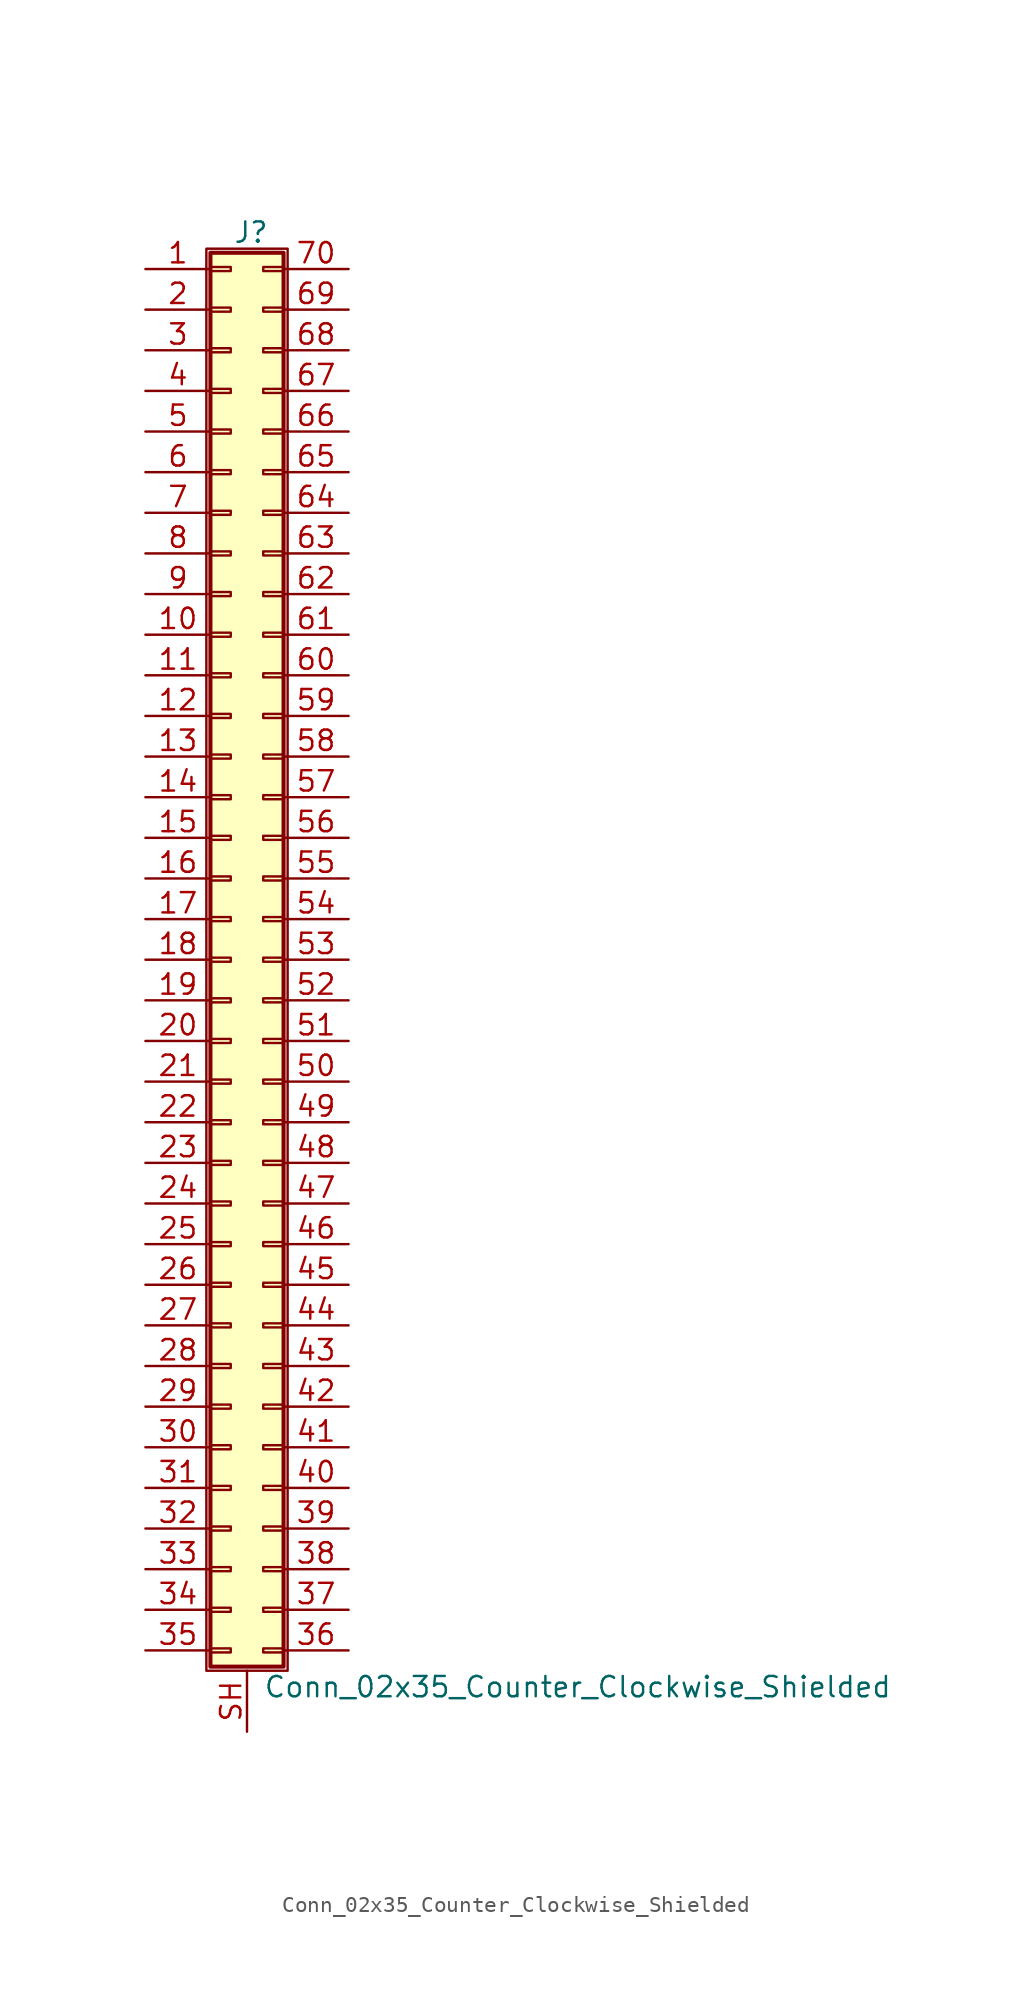
<source format=kicad_sym>
(kicad_symbol_lib
  (version 20201005)
  (generator kicad_symbol_editor)
  (symbol "Conn_02x35_Counter_Clockwise_Shielded"
    (pin_names
      (offset 1.016) hide)
    (property "Reference" "J"
      (at 1.524 45.466 0)
      (effects (font (size 1.27 1.27))))
    (property "Value" "Conn_02x35_Counter_Clockwise_Shielded"
      (at 2.286 -45.466 0)
      (effects (font (size 1.27 1.27)) (justify left)))
    (symbol "Conn_02x35_Counter_Clockwise_Shielded_1_1"
      (rectangle (start -1.27 44.45) (end 3.81 -44.45) (stroke (width 0.152)) (fill (type none)))
      (rectangle (start -1.016 -43.053) (end 0.254 -43.307) (stroke (width 0.152)) (fill (type none)))
      (rectangle (start -1.016 -40.513) (end 0.254 -40.767) (stroke (width 0.152)) (fill (type none)))
      (rectangle (start -1.016 -37.973) (end 0.254 -38.227) (stroke (width 0.152)) (fill (type none)))
      (rectangle (start -1.016 -35.433) (end 0.254 -35.687) (stroke (width 0.152)) (fill (type none)))
      (rectangle (start -1.016 -32.893) (end 0.254 -33.147) (stroke (width 0.152)) (fill (type none)))
      (rectangle (start -1.016 -30.353) (end 0.254 -30.607) (stroke (width 0.152)) (fill (type none)))
      (rectangle (start -1.016 -27.813) (end 0.254 -28.067) (stroke (width 0.152)) (fill (type none)))
      (rectangle (start -1.016 -25.273) (end 0.254 -25.527) (stroke (width 0.152)) (fill (type none)))
      (rectangle (start -1.016 -22.733) (end 0.254 -22.987) (stroke (width 0.152)) (fill (type none)))
      (rectangle (start -1.016 -20.193) (end 0.254 -20.447) (stroke (width 0.152)) (fill (type none)))
      (rectangle (start -1.016 -17.653) (end 0.254 -17.907) (stroke (width 0.152)) (fill (type none)))
      (rectangle (start -1.016 -15.113) (end 0.254 -15.367) (stroke (width 0.152)) (fill (type none)))
      (rectangle (start -1.016 -12.573) (end 0.254 -12.827) (stroke (width 0.152)) (fill (type none)))
      (rectangle (start -1.016 -10.033) (end 0.254 -10.287) (stroke (width 0.152)) (fill (type none)))
      (rectangle (start -1.016 -7.493) (end 0.254 -7.747) (stroke (width 0.152)) (fill (type none)))
      (rectangle (start -1.016 -4.953) (end 0.254 -5.207) (stroke (width 0.152)) (fill (type none)))
      (rectangle (start -1.016 -2.413) (end 0.254 -2.667) (stroke (width 0.152)) (fill (type none)))
      (rectangle (start -1.016 0.127) (end 0.254 -0.127) (stroke (width 0.152)) (fill (type none)))
      (rectangle (start -1.016 2.667) (end 0.254 2.413) (stroke (width 0.152)) (fill (type none)))
      (rectangle (start -1.016 5.207) (end 0.254 4.953) (stroke (width 0.152)) (fill (type none)))
      (rectangle (start -1.016 7.747) (end 0.254 7.493) (stroke (width 0.152)) (fill (type none)))
      (rectangle (start -1.016 10.287) (end 0.254 10.033) (stroke (width 0.152)) (fill (type none)))
      (rectangle (start -1.016 12.827) (end 0.254 12.573) (stroke (width 0.152)) (fill (type none)))
      (rectangle (start -1.016 15.367) (end 0.254 15.113) (stroke (width 0.152)) (fill (type none)))
      (rectangle (start -1.016 17.907) (end 0.254 17.653) (stroke (width 0.152)) (fill (type none)))
      (rectangle (start -1.016 20.447) (end 0.254 20.193) (stroke (width 0.152)) (fill (type none)))
      (rectangle (start -1.016 22.987) (end 0.254 22.733) (stroke (width 0.152)) (fill (type none)))
      (rectangle (start -1.016 25.527) (end 0.254 25.273) (stroke (width 0.152)) (fill (type none)))
      (rectangle (start -1.016 28.067) (end 0.254 27.813) (stroke (width 0.152)) (fill (type none)))
      (rectangle (start -1.016 30.607) (end 0.254 30.353) (stroke (width 0.152)) (fill (type none)))
      (rectangle (start -1.016 33.147) (end 0.254 32.893) (stroke (width 0.152)) (fill (type none)))
      (rectangle (start -1.016 35.687) (end 0.254 35.433) (stroke (width 0.152)) (fill (type none)))
      (rectangle (start -1.016 38.227) (end 0.254 37.973) (stroke (width 0.152)) (fill (type none)))
      (rectangle (start -1.016 40.767) (end 0.254 40.513) (stroke (width 0.152)) (fill (type none)))
      (rectangle (start -1.016 43.307) (end 0.254 43.053) (stroke (width 0.152)) (fill (type none)))
      (rectangle (start 3.556 -43.053) (end 2.286 -43.307) (stroke (width 0.152)) (fill (type none)))
      (rectangle (start 3.556 -40.513) (end 2.286 -40.767) (stroke (width 0.152)) (fill (type none)))
      (rectangle (start 3.556 -37.973) (end 2.286 -38.227) (stroke (width 0.152)) (fill (type none)))
      (rectangle (start 3.556 -35.433) (end 2.286 -35.687) (stroke (width 0.152)) (fill (type none)))
      (rectangle (start 3.556 -32.893) (end 2.286 -33.147) (stroke (width 0.152)) (fill (type none)))
      (rectangle (start 3.556 -30.353) (end 2.286 -30.607) (stroke (width 0.152)) (fill (type none)))
      (rectangle (start 3.556 -27.813) (end 2.286 -28.067) (stroke (width 0.152)) (fill (type none)))
      (rectangle (start 3.556 -25.273) (end 2.286 -25.527) (stroke (width 0.152)) (fill (type none)))
      (rectangle (start 3.556 -22.733) (end 2.286 -22.987) (stroke (width 0.152)) (fill (type none)))
      (rectangle (start 3.556 -20.193) (end 2.286 -20.447) (stroke (width 0.152)) (fill (type none)))
      (rectangle (start 3.556 -17.653) (end 2.286 -17.907) (stroke (width 0.152)) (fill (type none)))
      (rectangle (start 3.556 -15.113) (end 2.286 -15.367) (stroke (width 0.152)) (fill (type none)))
      (rectangle (start 3.556 -12.573) (end 2.286 -12.827) (stroke (width 0.152)) (fill (type none)))
      (rectangle (start 3.556 -10.033) (end 2.286 -10.287) (stroke (width 0.152)) (fill (type none)))
      (rectangle (start 3.556 -7.493) (end 2.286 -7.747) (stroke (width 0.152)) (fill (type none)))
      (rectangle (start 3.556 -4.953) (end 2.286 -5.207) (stroke (width 0.152)) (fill (type none)))
      (rectangle (start 3.556 -2.413) (end 2.286 -2.667) (stroke (width 0.152)) (fill (type none)))
      (rectangle (start 3.556 0.127) (end 2.286 -0.127) (stroke (width 0.152)) (fill (type none)))
      (rectangle (start 3.556 2.667) (end 2.286 2.413) (stroke (width 0.152)) (fill (type none)))
      (rectangle (start 3.556 5.207) (end 2.286 4.953) (stroke (width 0.152)) (fill (type none)))
      (rectangle (start 3.556 7.747) (end 2.286 7.493) (stroke (width 0.152)) (fill (type none)))
      (rectangle (start 3.556 10.287) (end 2.286 10.033) (stroke (width 0.152)) (fill (type none)))
      (rectangle (start 3.556 12.827) (end 2.286 12.573) (stroke (width 0.152)) (fill (type none)))
      (rectangle (start 3.556 15.367) (end 2.286 15.113) (stroke (width 0.152)) (fill (type none)))
      (rectangle (start 3.556 17.907) (end 2.286 17.653) (stroke (width 0.152)) (fill (type none)))
      (rectangle (start 3.556 20.447) (end 2.286 20.193) (stroke (width 0.152)) (fill (type none)))
      (rectangle (start 3.556 22.987) (end 2.286 22.733) (stroke (width 0.152)) (fill (type none)))
      (rectangle (start 3.556 25.527) (end 2.286 25.273) (stroke (width 0.152)) (fill (type none)))
      (rectangle (start 3.556 28.067) (end 2.286 27.813) (stroke (width 0.152)) (fill (type none)))
      (rectangle (start 3.556 30.607) (end 2.286 30.353) (stroke (width 0.152)) (fill (type none)))
      (rectangle (start 3.556 33.147) (end 2.286 32.893) (stroke (width 0.152)) (fill (type none)))
      (rectangle (start 3.556 35.687) (end 2.286 35.433) (stroke (width 0.152)) (fill (type none)))
      (rectangle (start 3.556 38.227) (end 2.286 37.973) (stroke (width 0.152)) (fill (type none)))
      (rectangle (start 3.556 40.767) (end 2.286 40.513) (stroke (width 0.152)) (fill (type none)))
      (rectangle (start 3.556 43.307) (end 2.286 43.053) (stroke (width 0.152)) (fill (type none)))
      (rectangle (start -1.016 44.196) (end 3.556 -44.196) (stroke (width 0.254)) (fill (type background)))
      (pin passive line (at -5.08 43.18 0) (length 4.064) (name "Pin_1" (effects (font (size 1.27 1.27)))) (number "1" (effects (font (size 1.27 1.27)))))
      (pin passive line (at -5.08 20.32 0) (length 4.064) (name "Pin_10" (effects (font (size 1.27 1.27)))) (number "10" (effects (font (size 1.27 1.27)))))
      (pin passive line (at -5.08 17.78 0) (length 4.064) (name "Pin_11" (effects (font (size 1.27 1.27)))) (number "11" (effects (font (size 1.27 1.27)))))
      (pin passive line (at -5.08 15.24 0) (length 4.064) (name "Pin_12" (effects (font (size 1.27 1.27)))) (number "12" (effects (font (size 1.27 1.27)))))
      (pin passive line (at -5.08 12.7 0) (length 4.064) (name "Pin_13" (effects (font (size 1.27 1.27)))) (number "13" (effects (font (size 1.27 1.27)))))
      (pin passive line (at -5.08 10.16 0) (length 4.064) (name "Pin_14" (effects (font (size 1.27 1.27)))) (number "14" (effects (font (size 1.27 1.27)))))
      (pin passive line (at -5.08 7.62 0) (length 4.064) (name "Pin_15" (effects (font (size 1.27 1.27)))) (number "15" (effects (font (size 1.27 1.27)))))
      (pin passive line (at -5.08 5.08 0) (length 4.064) (name "Pin_16" (effects (font (size 1.27 1.27)))) (number "16" (effects (font (size 1.27 1.27)))))
      (pin passive line (at -5.08 2.54 0) (length 4.064) (name "Pin_17" (effects (font (size 1.27 1.27)))) (number "17" (effects (font (size 1.27 1.27)))))
      (pin passive line (at -5.08 0 0) (length 4.064) (name "Pin_18" (effects (font (size 1.27 1.27)))) (number "18" (effects (font (size 1.27 1.27)))))
      (pin passive line (at -5.08 -2.54 0) (length 4.064) (name "Pin_19" (effects (font (size 1.27 1.27)))) (number "19" (effects (font (size 1.27 1.27)))))
      (pin passive line (at -5.08 40.64 0) (length 4.064) (name "Pin_2" (effects (font (size 1.27 1.27)))) (number "2" (effects (font (size 1.27 1.27)))))
      (pin passive line (at -5.08 -5.08 0) (length 4.064) (name "Pin_20" (effects (font (size 1.27 1.27)))) (number "20" (effects (font (size 1.27 1.27)))))
      (pin passive line (at -5.08 -7.62 0) (length 4.064) (name "Pin_21" (effects (font (size 1.27 1.27)))) (number "21" (effects (font (size 1.27 1.27)))))
      (pin passive line (at -5.08 -10.16 0) (length 4.064) (name "Pin_22" (effects (font (size 1.27 1.27)))) (number "22" (effects (font (size 1.27 1.27)))))
      (pin passive line (at -5.08 -12.7 0) (length 4.064) (name "Pin_23" (effects (font (size 1.27 1.27)))) (number "23" (effects (font (size 1.27 1.27)))))
      (pin passive line (at -5.08 -15.24 0) (length 4.064) (name "Pin_24" (effects (font (size 1.27 1.27)))) (number "24" (effects (font (size 1.27 1.27)))))
      (pin passive line (at -5.08 -17.78 0) (length 4.064) (name "Pin_25" (effects (font (size 1.27 1.27)))) (number "25" (effects (font (size 1.27 1.27)))))
      (pin passive line (at -5.08 -20.32 0) (length 4.064) (name "Pin_26" (effects (font (size 1.27 1.27)))) (number "26" (effects (font (size 1.27 1.27)))))
      (pin passive line (at -5.08 -22.86 0) (length 4.064) (name "Pin_27" (effects (font (size 1.27 1.27)))) (number "27" (effects (font (size 1.27 1.27)))))
      (pin passive line (at -5.08 -25.4 0) (length 4.064) (name "Pin_28" (effects (font (size 1.27 1.27)))) (number "28" (effects (font (size 1.27 1.27)))))
      (pin passive line (at -5.08 -27.94 0) (length 4.064) (name "Pin_29" (effects (font (size 1.27 1.27)))) (number "29" (effects (font (size 1.27 1.27)))))
      (pin passive line (at -5.08 38.1 0) (length 4.064) (name "Pin_3" (effects (font (size 1.27 1.27)))) (number "3" (effects (font (size 1.27 1.27)))))
      (pin passive line (at -5.08 -30.48 0) (length 4.064) (name "Pin_30" (effects (font (size 1.27 1.27)))) (number "30" (effects (font (size 1.27 1.27)))))
      (pin passive line (at -5.08 -33.02 0) (length 4.064) (name "Pin_31" (effects (font (size 1.27 1.27)))) (number "31" (effects (font (size 1.27 1.27)))))
      (pin passive line (at -5.08 -35.56 0) (length 4.064) (name "Pin_32" (effects (font (size 1.27 1.27)))) (number "32" (effects (font (size 1.27 1.27)))))
      (pin passive line (at -5.08 -38.1 0) (length 4.064) (name "Pin_33" (effects (font (size 1.27 1.27)))) (number "33" (effects (font (size 1.27 1.27)))))
      (pin passive line (at -5.08 -40.64 0) (length 4.064) (name "Pin_34" (effects (font (size 1.27 1.27)))) (number "34" (effects (font (size 1.27 1.27)))))
      (pin passive line (at -5.08 -43.18 0) (length 4.064) (name "Pin_35" (effects (font (size 1.27 1.27)))) (number "35" (effects (font (size 1.27 1.27)))))
      (pin passive line (at 7.62 -43.18 180) (length 4.064) (name "Pin_36" (effects (font (size 1.27 1.27)))) (number "36" (effects (font (size 1.27 1.27)))))
      (pin passive line (at 7.62 -40.64 180) (length 4.064) (name "Pin_37" (effects (font (size 1.27 1.27)))) (number "37" (effects (font (size 1.27 1.27)))))
      (pin passive line (at 7.62 -38.1 180) (length 4.064) (name "Pin_38" (effects (font (size 1.27 1.27)))) (number "38" (effects (font (size 1.27 1.27)))))
      (pin passive line (at 7.62 -35.56 180) (length 4.064) (name "Pin_39" (effects (font (size 1.27 1.27)))) (number "39" (effects (font (size 1.27 1.27)))))
      (pin passive line (at -5.08 35.56 0) (length 4.064) (name "Pin_4" (effects (font (size 1.27 1.27)))) (number "4" (effects (font (size 1.27 1.27)))))
      (pin passive line (at 7.62 -33.02 180) (length 4.064) (name "Pin_40" (effects (font (size 1.27 1.27)))) (number "40" (effects (font (size 1.27 1.27)))))
      (pin passive line (at 7.62 -30.48 180) (length 4.064) (name "Pin_41" (effects (font (size 1.27 1.27)))) (number "41" (effects (font (size 1.27 1.27)))))
      (pin passive line (at 7.62 -27.94 180) (length 4.064) (name "Pin_42" (effects (font (size 1.27 1.27)))) (number "42" (effects (font (size 1.27 1.27)))))
      (pin passive line (at 7.62 -25.4 180) (length 4.064) (name "Pin_43" (effects (font (size 1.27 1.27)))) (number "43" (effects (font (size 1.27 1.27)))))
      (pin passive line (at 7.62 -22.86 180) (length 4.064) (name "Pin_44" (effects (font (size 1.27 1.27)))) (number "44" (effects (font (size 1.27 1.27)))))
      (pin passive line (at 7.62 -20.32 180) (length 4.064) (name "Pin_45" (effects (font (size 1.27 1.27)))) (number "45" (effects (font (size 1.27 1.27)))))
      (pin passive line (at 7.62 -17.78 180) (length 4.064) (name "Pin_46" (effects (font (size 1.27 1.27)))) (number "46" (effects (font (size 1.27 1.27)))))
      (pin passive line (at 7.62 -15.24 180) (length 4.064) (name "Pin_47" (effects (font (size 1.27 1.27)))) (number "47" (effects (font (size 1.27 1.27)))))
      (pin passive line (at 7.62 -12.7 180) (length 4.064) (name "Pin_48" (effects (font (size 1.27 1.27)))) (number "48" (effects (font (size 1.27 1.27)))))
      (pin passive line (at 7.62 -10.16 180) (length 4.064) (name "Pin_49" (effects (font (size 1.27 1.27)))) (number "49" (effects (font (size 1.27 1.27)))))
      (pin passive line (at -5.08 33.02 0) (length 4.064) (name "Pin_5" (effects (font (size 1.27 1.27)))) (number "5" (effects (font (size 1.27 1.27)))))
      (pin passive line (at 7.62 -7.62 180) (length 4.064) (name "Pin_50" (effects (font (size 1.27 1.27)))) (number "50" (effects (font (size 1.27 1.27)))))
      (pin passive line (at 7.62 -5.08 180) (length 4.064) (name "Pin_51" (effects (font (size 1.27 1.27)))) (number "51" (effects (font (size 1.27 1.27)))))
      (pin passive line (at 7.62 -2.54 180) (length 4.064) (name "Pin_52" (effects (font (size 1.27 1.27)))) (number "52" (effects (font (size 1.27 1.27)))))
      (pin passive line (at 7.62 0 180) (length 4.064) (name "Pin_53" (effects (font (size 1.27 1.27)))) (number "53" (effects (font (size 1.27 1.27)))))
      (pin passive line (at 7.62 2.54 180) (length 4.064) (name "Pin_54" (effects (font (size 1.27 1.27)))) (number "54" (effects (font (size 1.27 1.27)))))
      (pin passive line (at 7.62 5.08 180) (length 4.064) (name "Pin_55" (effects (font (size 1.27 1.27)))) (number "55" (effects (font (size 1.27 1.27)))))
      (pin passive line (at 7.62 7.62 180) (length 4.064) (name "Pin_56" (effects (font (size 1.27 1.27)))) (number "56" (effects (font (size 1.27 1.27)))))
      (pin passive line (at 7.62 10.16 180) (length 4.064) (name "Pin_57" (effects (font (size 1.27 1.27)))) (number "57" (effects (font (size 1.27 1.27)))))
      (pin passive line (at 7.62 12.7 180) (length 4.064) (name "Pin_58" (effects (font (size 1.27 1.27)))) (number "58" (effects (font (size 1.27 1.27)))))
      (pin passive line (at 7.62 15.24 180) (length 4.064) (name "Pin_59" (effects (font (size 1.27 1.27)))) (number "59" (effects (font (size 1.27 1.27)))))
      (pin passive line (at -5.08 30.48 0) (length 4.064) (name "Pin_6" (effects (font (size 1.27 1.27)))) (number "6" (effects (font (size 1.27 1.27)))))
      (pin passive line (at 7.62 17.78 180) (length 4.064) (name "Pin_60" (effects (font (size 1.27 1.27)))) (number "60" (effects (font (size 1.27 1.27)))))
      (pin passive line (at 7.62 20.32 180) (length 4.064) (name "Pin_61" (effects (font (size 1.27 1.27)))) (number "61" (effects (font (size 1.27 1.27)))))
      (pin passive line (at 7.62 22.86 180) (length 4.064) (name "Pin_62" (effects (font (size 1.27 1.27)))) (number "62" (effects (font (size 1.27 1.27)))))
      (pin passive line (at 7.62 25.4 180) (length 4.064) (name "Pin_63" (effects (font (size 1.27 1.27)))) (number "63" (effects (font (size 1.27 1.27)))))
      (pin passive line (at 7.62 27.94 180) (length 4.064) (name "Pin_64" (effects (font (size 1.27 1.27)))) (number "64" (effects (font (size 1.27 1.27)))))
      (pin passive line (at 7.62 30.48 180) (length 4.064) (name "Pin_65" (effects (font (size 1.27 1.27)))) (number "65" (effects (font (size 1.27 1.27)))))
      (pin passive line (at 7.62 33.02 180) (length 4.064) (name "Pin_66" (effects (font (size 1.27 1.27)))) (number "66" (effects (font (size 1.27 1.27)))))
      (pin passive line (at 7.62 35.56 180) (length 4.064) (name "Pin_67" (effects (font (size 1.27 1.27)))) (number "67" (effects (font (size 1.27 1.27)))))
      (pin passive line (at 7.62 38.1 180) (length 4.064) (name "Pin_68" (effects (font (size 1.27 1.27)))) (number "68" (effects (font (size 1.27 1.27)))))
      (pin passive line (at 7.62 40.64 180) (length 4.064) (name "Pin_69" (effects (font (size 1.27 1.27)))) (number "69" (effects (font (size 1.27 1.27)))))
      (pin passive line (at -5.08 27.94 0) (length 4.064) (name "Pin_7" (effects (font (size 1.27 1.27)))) (number "7" (effects (font (size 1.27 1.27)))))
      (pin passive line (at 7.62 43.18 180) (length 4.064) (name "Pin_70" (effects (font (size 1.27 1.27)))) (number "70" (effects (font (size 1.27 1.27)))))
      (pin passive line (at -5.08 25.4 0) (length 4.064) (name "Pin_8" (effects (font (size 1.27 1.27)))) (number "8" (effects (font (size 1.27 1.27)))))
      (pin passive line (at -5.08 22.86 0) (length 4.064) (name "Pin_9" (effects (font (size 1.27 1.27)))) (number "9" (effects (font (size 1.27 1.27)))))
      (pin passive line (at 1.27 -48.26 90) (length 3.81) (name "Shield" (effects (font (size 1.27 1.27)))) (number "SH" (effects (font (size 1.27 1.27))))))))
</source>
